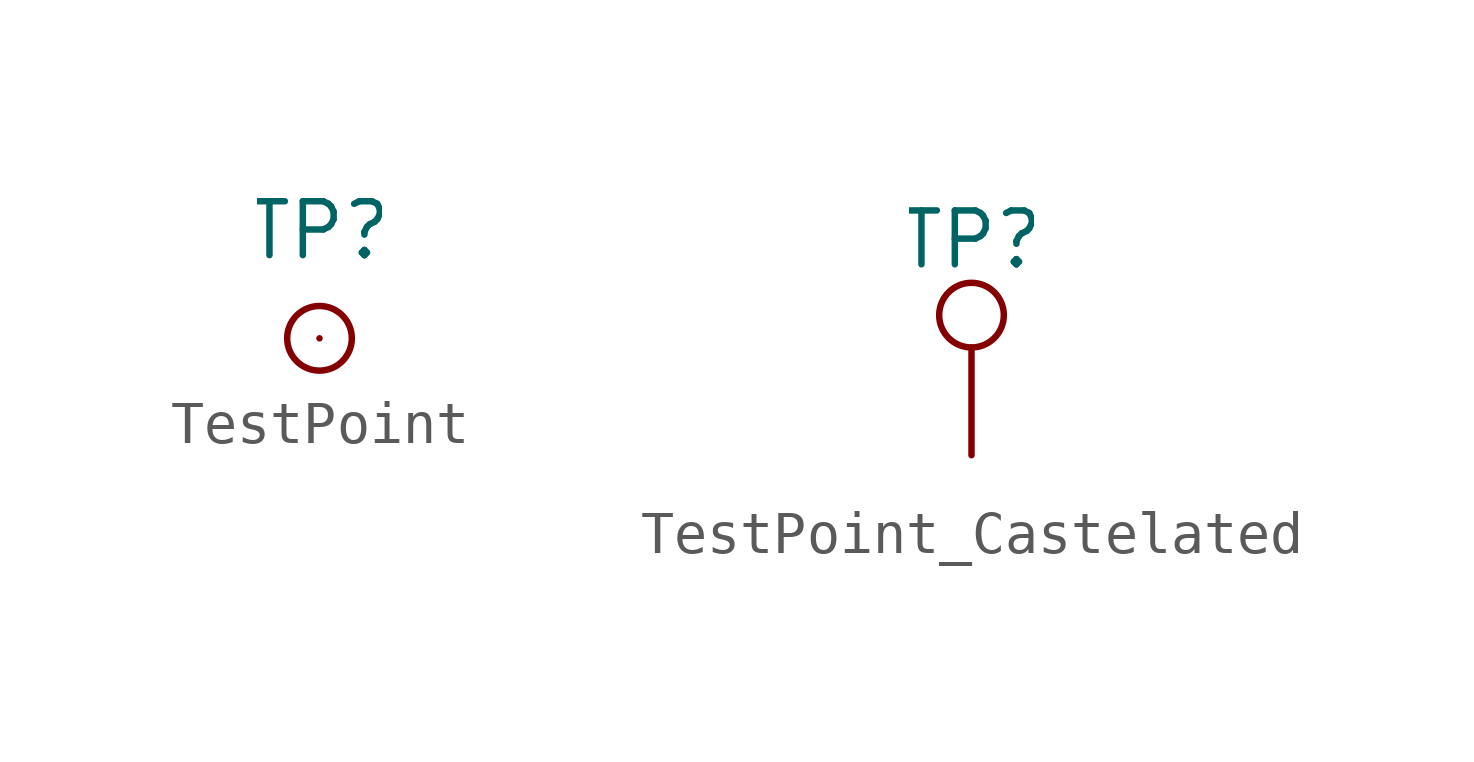
<source format=kicad_sym>
(kicad_symbol_lib
  (version 20241209)
  (generator "kicad_symbol_editor")
  (generator_version "9.0")
  (symbol "TestPoint"
    (pin_numbers
      (hide yes))
    (pin_names
      (offset 0.762)
      (hide yes))
    (property "Reference" "TP"
      (at 0 2.54 0)
      (effects (font (size 1.27 1.27))))
    (symbol "TestPoint_0_1"
      (circle (center 0 0) (radius 0.762) (stroke (width 0) (type default)) (fill (type none))))
    (symbol "TestPoint_1_1"
      (pin passive line (at 0 0 0) (length 0) (name "1" (effects (font (size 1.27 1.27)))) (number "1" (effects (font (size 1.27 1.27)))))))
  (symbol "TestPoint_Castelated"
    (pin_numbers
      (hide yes))
    (pin_names
      (offset 0.762)
      (hide yes))
    (property "Reference" "TP"
      (at 0 5.08 0)
      (effects (font (size 1.27 1.27))))
    (symbol "TestPoint_Castelated_0_1"
      (circle (center 0 3.302) (radius 0.762) (stroke (width 0) (type default)) (fill (type none))))
    (symbol "TestPoint_Castelated_1_1"
      (pin passive line (at 0 0 90) (length 2.54) (name "1" (effects (font (size 1.27 1.27)))) (number "1" (effects (font (size 1.27 1.27))))))))
</source>
